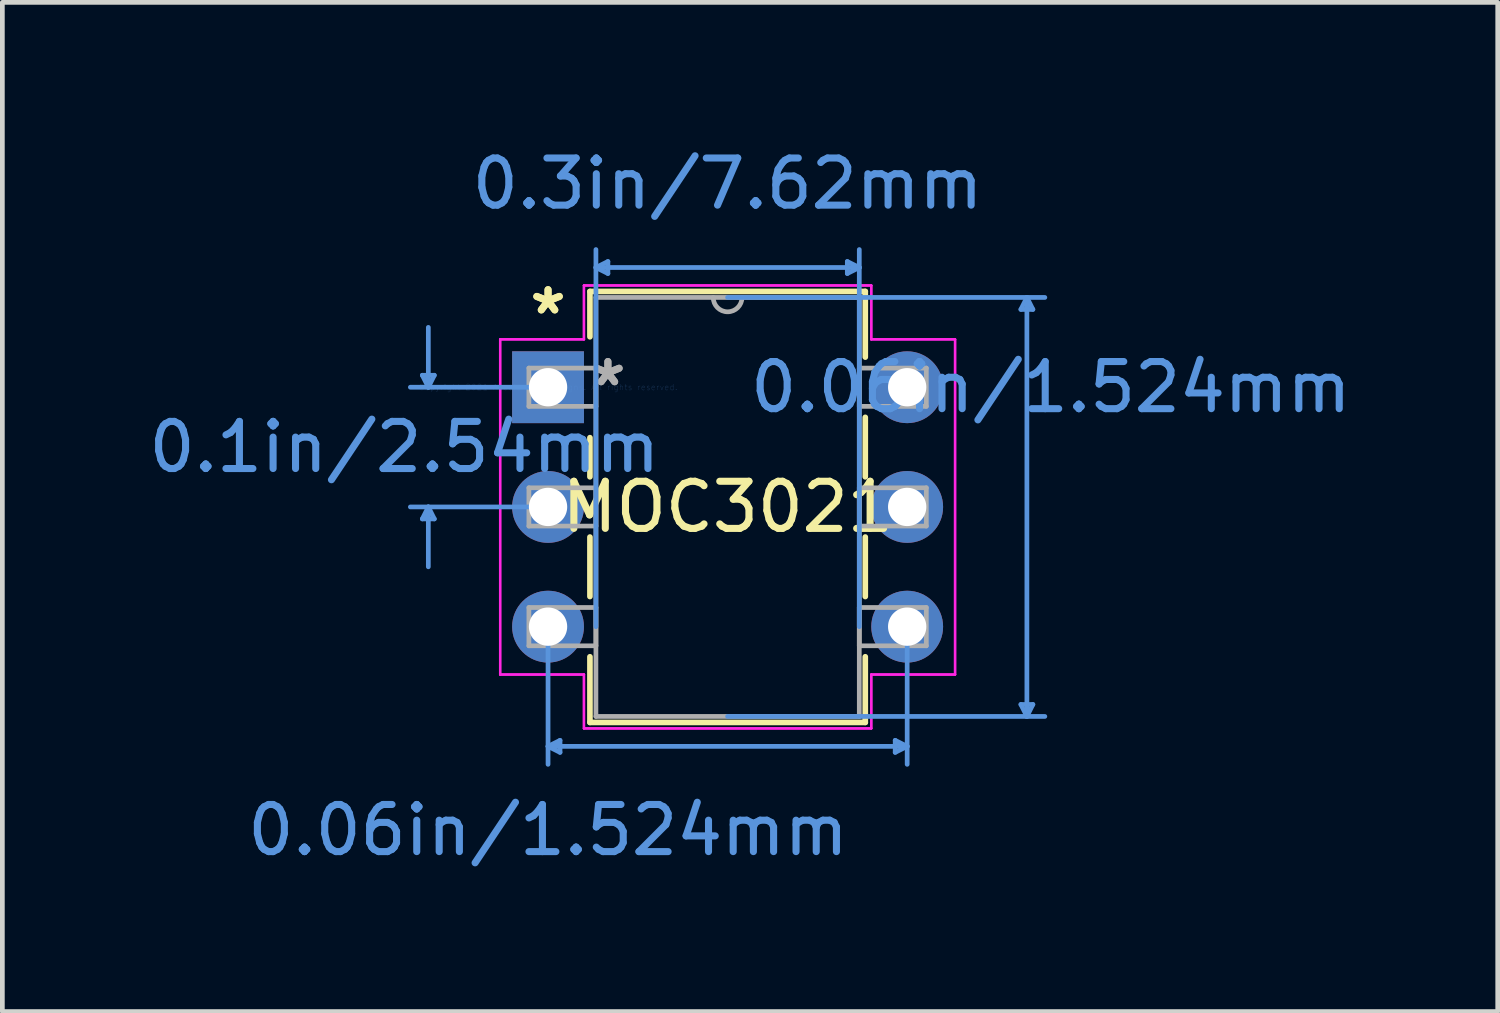
<source format=kicad_pcb>
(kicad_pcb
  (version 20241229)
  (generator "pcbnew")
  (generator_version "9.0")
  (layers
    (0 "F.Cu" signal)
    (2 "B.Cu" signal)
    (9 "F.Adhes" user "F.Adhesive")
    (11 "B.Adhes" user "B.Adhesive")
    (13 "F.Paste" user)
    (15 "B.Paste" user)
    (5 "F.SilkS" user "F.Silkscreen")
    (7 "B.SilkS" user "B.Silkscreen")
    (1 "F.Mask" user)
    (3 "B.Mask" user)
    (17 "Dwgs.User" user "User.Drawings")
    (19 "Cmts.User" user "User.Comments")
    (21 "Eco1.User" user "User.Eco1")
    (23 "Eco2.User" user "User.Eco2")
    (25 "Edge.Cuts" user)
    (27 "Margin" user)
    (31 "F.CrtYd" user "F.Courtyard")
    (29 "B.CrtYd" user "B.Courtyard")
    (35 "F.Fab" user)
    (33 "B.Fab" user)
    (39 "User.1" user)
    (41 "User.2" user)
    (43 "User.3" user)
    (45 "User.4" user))
  (footprint "MOC3021"
    (layer "F.Cu")
    (at 8.578 5.166)
    (property "Reference" "MOC3021" (at 3.81 2.54 0) (layer "F.SilkS") (effects (font (size 1 1) (thickness 0.15))))
    (attr through_hole)
    (fp_line (start 0.889 -2.032) (end 0.889 -1.07) (stroke (width 0.12) (type solid)) (layer "F.SilkS"))
    (fp_line (start 0.889 1.07) (end 0.889 1.901) (stroke (width 0.12) (type solid)) (layer "F.SilkS"))
    (fp_line (start 0.889 3.179) (end 0.889 4.441) (stroke (width 0.12) (type solid)) (layer "F.SilkS"))
    (fp_line (start 0.889 5.719) (end 0.889 7.112) (stroke (width 0.12) (type solid)) (layer "F.SilkS"))
    (fp_line (start 0.889 7.112) (end 6.731 7.112) (stroke (width 0.12) (type solid)) (layer "F.SilkS"))
    (fp_line (start 6.731 -2.032) (end 0.889 -2.032) (stroke (width 0.12) (type solid)) (layer "F.SilkS"))
    (fp_line (start 6.731 -0.639) (end 6.731 -2.032) (stroke (width 0.12) (type solid)) (layer "F.SilkS"))
    (fp_line (start 6.731 1.901) (end 6.731 0.639) (stroke (width 0.12) (type solid)) (layer "F.SilkS"))
    (fp_line (start 6.731 4.441) (end 6.731 3.179) (stroke (width 0.12) (type solid)) (layer "F.SilkS"))
    (fp_line (start 6.731 7.112) (end 6.731 5.719) (stroke (width 0.12) (type solid)) (layer "F.SilkS"))
    (fp_line (start -2.667 -0.254) (end -2.413 -0.254) (stroke (width 0.1) (type solid)) (layer "Cmts.User"))
    (fp_line (start -2.667 2.794) (end -2.413 2.794) (stroke (width 0.1) (type solid)) (layer "Cmts.User"))
    (fp_line (start -2.54 0) (end -2.667 -0.254) (stroke (width 0.1) (type solid)) (layer "Cmts.User"))
    (fp_line (start -2.54 0) (end -2.54 -1.27) (stroke (width 0.1) (type solid)) (layer "Cmts.User"))
    (fp_line (start -2.54 0) (end -2.413 -0.254) (stroke (width 0.1) (type solid)) (layer "Cmts.User"))
    (fp_line (start -2.54 2.54) (end -2.667 2.794) (stroke (width 0.1) (type solid)) (layer "Cmts.User"))
    (fp_line (start -2.54 2.54) (end -2.54 3.81) (stroke (width 0.1) (type solid)) (layer "Cmts.User"))
    (fp_line (start -2.54 2.54) (end -2.413 2.794) (stroke (width 0.1) (type solid)) (layer "Cmts.User"))
    (fp_line (start 0 0) (end -2.921 0) (stroke (width 0.1) (type solid)) (layer "Cmts.User"))
    (fp_line (start 0 2.54) (end -2.921 2.54) (stroke (width 0.1) (type solid)) (layer "Cmts.User"))
    (fp_line (start 0 5.08) (end 0 8.001) (stroke (width 0.1) (type solid)) (layer "Cmts.User"))
    (fp_line (start 0 7.62) (end 0.254 7.493) (stroke (width 0.1) (type solid)) (layer "Cmts.User"))
    (fp_line (start 0 7.62) (end 0.254 7.747) (stroke (width 0.1) (type solid)) (layer "Cmts.User"))
    (fp_line (start 0 7.62) (end 7.62 7.62) (stroke (width 0.1) (type solid)) (layer "Cmts.User"))
    (fp_line (start 0.254 7.493) (end 0.254 7.747) (stroke (width 0.1) (type solid)) (layer "Cmts.User"))
    (fp_line (start 1.016 -2.54) (end 1.27 -2.667) (stroke (width 0.1) (type solid)) (layer "Cmts.User"))
    (fp_line (start 1.016 -2.54) (end 1.27 -2.413) (stroke (width 0.1) (type solid)) (layer "Cmts.User"))
    (fp_line (start 1.016 -2.54) (end 6.604 -2.54) (stroke (width 0.1) (type solid)) (layer "Cmts.User"))
    (fp_line (start 1.016 5.08) (end 1.016 -2.921) (stroke (width 0.1) (type solid)) (layer "Cmts.User"))
    (fp_line (start 1.27 -2.667) (end 1.27 -2.413) (stroke (width 0.1) (type solid)) (layer "Cmts.User"))
    (fp_line (start 3.81 -1.905) (end 10.541 -1.905) (stroke (width 0.1) (type solid)) (layer "Cmts.User"))
    (fp_line (start 3.81 6.985) (end 10.541 6.985) (stroke (width 0.1) (type solid)) (layer "Cmts.User"))
    (fp_line (start 6.35 -2.667) (end 6.35 -2.413) (stroke (width 0.1) (type solid)) (layer "Cmts.User"))
    (fp_line (start 6.604 -2.54) (end 6.35 -2.667) (stroke (width 0.1) (type solid)) (layer "Cmts.User"))
    (fp_line (start 6.604 -2.54) (end 6.35 -2.413) (stroke (width 0.1) (type solid)) (layer "Cmts.User"))
    (fp_line (start 6.604 5.08) (end 6.604 -2.921) (stroke (width 0.1) (type solid)) (layer "Cmts.User"))
    (fp_line (start 7.366 7.493) (end 7.366 7.747) (stroke (width 0.1) (type solid)) (layer "Cmts.User"))
    (fp_line (start 7.62 5.08) (end 7.62 8.001) (stroke (width 0.1) (type solid)) (layer "Cmts.User"))
    (fp_line (start 7.62 7.62) (end 7.366 7.493) (stroke (width 0.1) (type solid)) (layer "Cmts.User"))
    (fp_line (start 7.62 7.62) (end 7.366 7.747) (stroke (width 0.1) (type solid)) (layer "Cmts.User"))
    (fp_line (start 10.033 -1.651) (end 10.287 -1.651) (stroke (width 0.1) (type solid)) (layer "Cmts.User"))
    (fp_line (start 10.033 6.731) (end 10.287 6.731) (stroke (width 0.1) (type solid)) (layer "Cmts.User"))
    (fp_line (start 10.16 -1.905) (end 10.033 -1.651) (stroke (width 0.1) (type solid)) (layer "Cmts.User"))
    (fp_line (start 10.16 -1.905) (end 10.16 6.985) (stroke (width 0.1) (type solid)) (layer "Cmts.User"))
    (fp_line (start 10.16 -1.905) (end 10.287 -1.651) (stroke (width 0.1) (type solid)) (layer "Cmts.User"))
    (fp_line (start 10.16 6.985) (end 10.033 6.731) (stroke (width 0.1) (type solid)) (layer "Cmts.User"))
    (fp_line (start 10.16 6.985) (end 10.287 6.731) (stroke (width 0.1) (type solid)) (layer "Cmts.User"))
    (fp_line (start -1.016 -1.016) (end -1.016 6.096) (stroke (width 0.05) (type solid)) (layer "F.CrtYd"))
    (fp_line (start -1.016 -1.016) (end 0.762 -1.016) (stroke (width 0.05) (type solid)) (layer "F.CrtYd"))
    (fp_line (start -1.016 6.096) (end -1.016 -1.016) (stroke (width 0.05) (type solid)) (layer "F.CrtYd"))
    (fp_line (start -1.016 6.096) (end 0.762 6.096) (stroke (width 0.05) (type solid)) (layer "F.CrtYd"))
    (fp_line (start 0.762 -2.159) (end 0.762 -1.016) (stroke (width 0.05) (type solid)) (layer "F.CrtYd"))
    (fp_line (start 0.762 -2.159) (end 6.858 -2.159) (stroke (width 0.05) (type solid)) (layer "F.CrtYd"))
    (fp_line (start 0.762 -1.016) (end -1.016 -1.016) (stroke (width 0.05) (type solid)) (layer "F.CrtYd"))
    (fp_line (start 0.762 -1.016) (end 0.762 -2.159) (stroke (width 0.05) (type solid)) (layer "F.CrtYd"))
    (fp_line (start 0.762 6.096) (end -1.016 6.096) (stroke (width 0.05) (type solid)) (layer "F.CrtYd"))
    (fp_line (start 0.762 6.096) (end 0.762 7.239) (stroke (width 0.05) (type solid)) (layer "F.CrtYd"))
    (fp_line (start 0.762 7.239) (end 0.762 6.096) (stroke (width 0.05) (type solid)) (layer "F.CrtYd"))
    (fp_line (start 0.762 7.239) (end 6.858 7.239) (stroke (width 0.05) (type solid)) (layer "F.CrtYd"))
    (fp_line (start 6.858 -2.159) (end 0.762 -2.159) (stroke (width 0.05) (type solid)) (layer "F.CrtYd"))
    (fp_line (start 6.858 -2.159) (end 6.858 -1.016) (stroke (width 0.05) (type solid)) (layer "F.CrtYd"))
    (fp_line (start 6.858 -1.016) (end 6.858 -2.159) (stroke (width 0.05) (type solid)) (layer "F.CrtYd"))
    (fp_line (start 6.858 6.096) (end 6.858 7.239) (stroke (width 0.05) (type solid)) (layer "F.CrtYd"))
    (fp_line (start 6.858 6.096) (end 8.636 6.096) (stroke (width 0.05) (type solid)) (layer "F.CrtYd"))
    (fp_line (start 6.858 7.239) (end 0.762 7.239) (stroke (width 0.05) (type solid)) (layer "F.CrtYd"))
    (fp_line (start 6.858 7.239) (end 6.858 6.096) (stroke (width 0.05) (type solid)) (layer "F.CrtYd"))
    (fp_line (start 8.636 -1.016) (end 6.858 -1.016) (stroke (width 0.05) (type solid)) (layer "F.CrtYd"))
    (fp_line (start 8.636 -1.016) (end 6.858 -1.016) (stroke (width 0.05) (type solid)) (layer "F.CrtYd"))
    (fp_line (start 8.636 -1.016) (end 8.636 6.096) (stroke (width 0.05) (type solid)) (layer "F.CrtYd"))
    (fp_line (start 8.636 6.096) (end 6.858 6.096) (stroke (width 0.05) (type solid)) (layer "F.CrtYd"))
    (fp_line (start 8.636 6.096) (end 8.636 -1.016) (stroke (width 0.05) (type solid)) (layer "F.CrtYd"))
    (fp_line (start -0.406 -0.406) (end -0.406 0.406) (stroke (width 0.1) (type solid)) (layer "F.Fab"))
    (fp_line (start -0.406 0.406) (end 1.016 0.406) (stroke (width 0.1) (type solid)) (layer "F.Fab"))
    (fp_line (start -0.406 2.134) (end -0.406 2.946) (stroke (width 0.1) (type solid)) (layer "F.Fab"))
    (fp_line (start -0.406 2.946) (end 1.016 2.946) (stroke (width 0.1) (type solid)) (layer "F.Fab"))
    (fp_line (start -0.406 4.674) (end -0.406 5.486) (stroke (width 0.1) (type solid)) (layer "F.Fab"))
    (fp_line (start -0.406 5.486) (end 1.016 5.486) (stroke (width 0.1) (type solid)) (layer "F.Fab"))
    (fp_line (start 1.016 -1.905) (end 1.016 6.985) (stroke (width 0.1) (type solid)) (layer "F.Fab"))
    (fp_line (start 1.016 -0.406) (end -0.406 -0.406) (stroke (width 0.1) (type solid)) (layer "F.Fab"))
    (fp_line (start 1.016 0.406) (end 1.016 -0.406) (stroke (width 0.1) (type solid)) (layer "F.Fab"))
    (fp_line (start 1.016 2.134) (end -0.406 2.134) (stroke (width 0.1) (type solid)) (layer "F.Fab"))
    (fp_line (start 1.016 2.946) (end 1.016 2.134) (stroke (width 0.1) (type solid)) (layer "F.Fab"))
    (fp_line (start 1.016 4.674) (end -0.406 4.674) (stroke (width 0.1) (type solid)) (layer "F.Fab"))
    (fp_line (start 1.016 5.486) (end 1.016 4.674) (stroke (width 0.1) (type solid)) (layer "F.Fab"))
    (fp_line (start 1.016 6.985) (end 6.604 6.985) (stroke (width 0.1) (type solid)) (layer "F.Fab"))
    (fp_line (start 6.604 -1.905) (end 1.016 -1.905) (stroke (width 0.1) (type solid)) (layer "F.Fab"))
    (fp_line (start 6.604 -0.406) (end 6.604 0.406) (stroke (width 0.1) (type solid)) (layer "F.Fab"))
    (fp_line (start 6.604 0.406) (end 8.026 0.406) (stroke (width 0.1) (type solid)) (layer "F.Fab"))
    (fp_line (start 6.604 2.134) (end 6.604 2.946) (stroke (width 0.1) (type solid)) (layer "F.Fab"))
    (fp_line (start 6.604 2.946) (end 8.026 2.946) (stroke (width 0.1) (type solid)) (layer "F.Fab"))
    (fp_line (start 6.604 4.674) (end 6.604 5.486) (stroke (width 0.1) (type solid)) (layer "F.Fab"))
    (fp_line (start 6.604 5.486) (end 8.026 5.486) (stroke (width 0.1) (type solid)) (layer "F.Fab"))
    (fp_line (start 6.604 6.985) (end 6.604 -1.905) (stroke (width 0.1) (type solid)) (layer "F.Fab"))
    (fp_line (start 8.026 -0.406) (end 6.604 -0.406) (stroke (width 0.1) (type solid)) (layer "F.Fab"))
    (fp_line (start 8.026 0.406) (end 8.026 -0.406) (stroke (width 0.1) (type solid)) (layer "F.Fab"))
    (fp_line (start 8.026 2.134) (end 6.604 2.134) (stroke (width 0.1) (type solid)) (layer "F.Fab"))
    (fp_line (start 8.026 2.946) (end 8.026 2.134) (stroke (width 0.1) (type solid)) (layer "F.Fab"))
    (fp_line (start 8.026 4.674) (end 6.604 4.674) (stroke (width 0.1) (type solid)) (layer "F.Fab"))
    (fp_line (start 8.026 5.486) (end 8.026 4.674) (stroke (width 0.1) (type solid)) (layer "F.Fab"))
    (fp_arc (start 4.1148 -1.905) (mid 3.81 -1.6002) (end 3.5052 -1.905) (stroke (width 0.1) (type solid)) (layer "F.Fab"))
    (fp_text user "*" (at 0 -1.524 0) (layer "F.SilkS") (effects (font (size 1 1) (thickness 0.15))))
    (fp_text user "*" (at 0 -1.524 0) (layer "F.SilkS") (effects (font (size 1 1) (thickness 0.15))))
    (fp_text user "0.06in/1.524mm" (at 10.668 0 0) (layer "Cmts.User") (effects (font (size 1 1) (thickness 0.15))))
    (fp_text user "0.06in/1.524mm" (at 0 9.398 0) (layer "Cmts.User") (effects (font (size 1 1) (thickness 0.15))))
    (fp_text user "0.1in/2.54mm" (at -3.048 1.27 0) (layer "Cmts.User") (effects (font (size 1 1) (thickness 0.15))))
    (fp_text user "0.3in/7.62mm" (at 3.81 -4.318 0) (layer "Cmts.User") (effects (font (size 1 1) (thickness 0.15))))
    (fp_text user "Copyright 2021 Accelerated Designs. All rights reserved." (at 0 0 0) (layer "Cmts.User") (effects (font (size 0.127 0.127) (thickness 0.002))))
    (fp_text user "*" (at 1.27 0 0) (layer "F.Fab") (effects (font (size 1 1) (thickness 0.15))))
    (fp_text user "*" (at 1.27 0 0) (layer "F.Fab") (effects (font (size 1 1) (thickness 0.15))))
    (pad "1" thru_hole rect (at 0 0) (size 1.524 1.524) (drill 0.813) (layers "*.Cu" "*.Mask"))
    (pad "2" thru_hole circle (at 0 2.54) (size 1.524 1.524) (drill 0.813) (layers "*.Cu" "*.Mask"))
    (pad "3" thru_hole circle (at 0 5.08) (size 1.524 1.524) (drill 0.813) (layers "*.Cu" "*.Mask"))
    (pad "4" thru_hole circle (at 7.62 5.08) (size 1.524 1.524) (drill 0.813) (layers "*.Cu" "*.Mask"))
    (pad "5" thru_hole circle (at 7.62 2.54) (size 1.524 1.524) (drill 0.813) (layers "*.Cu" "*.Mask"))
    (pad "6" thru_hole circle (at 7.62 0) (size 1.524 1.524) (drill 0.813) (layers "*.Cu" "*.Mask")))
  (gr_rect
    (start -3 -3)
    (end 28.728 18.413)
    (stroke (width 0.1) (type default))
    (fill no)
    (layer "Edge.Cuts")))
</source>
